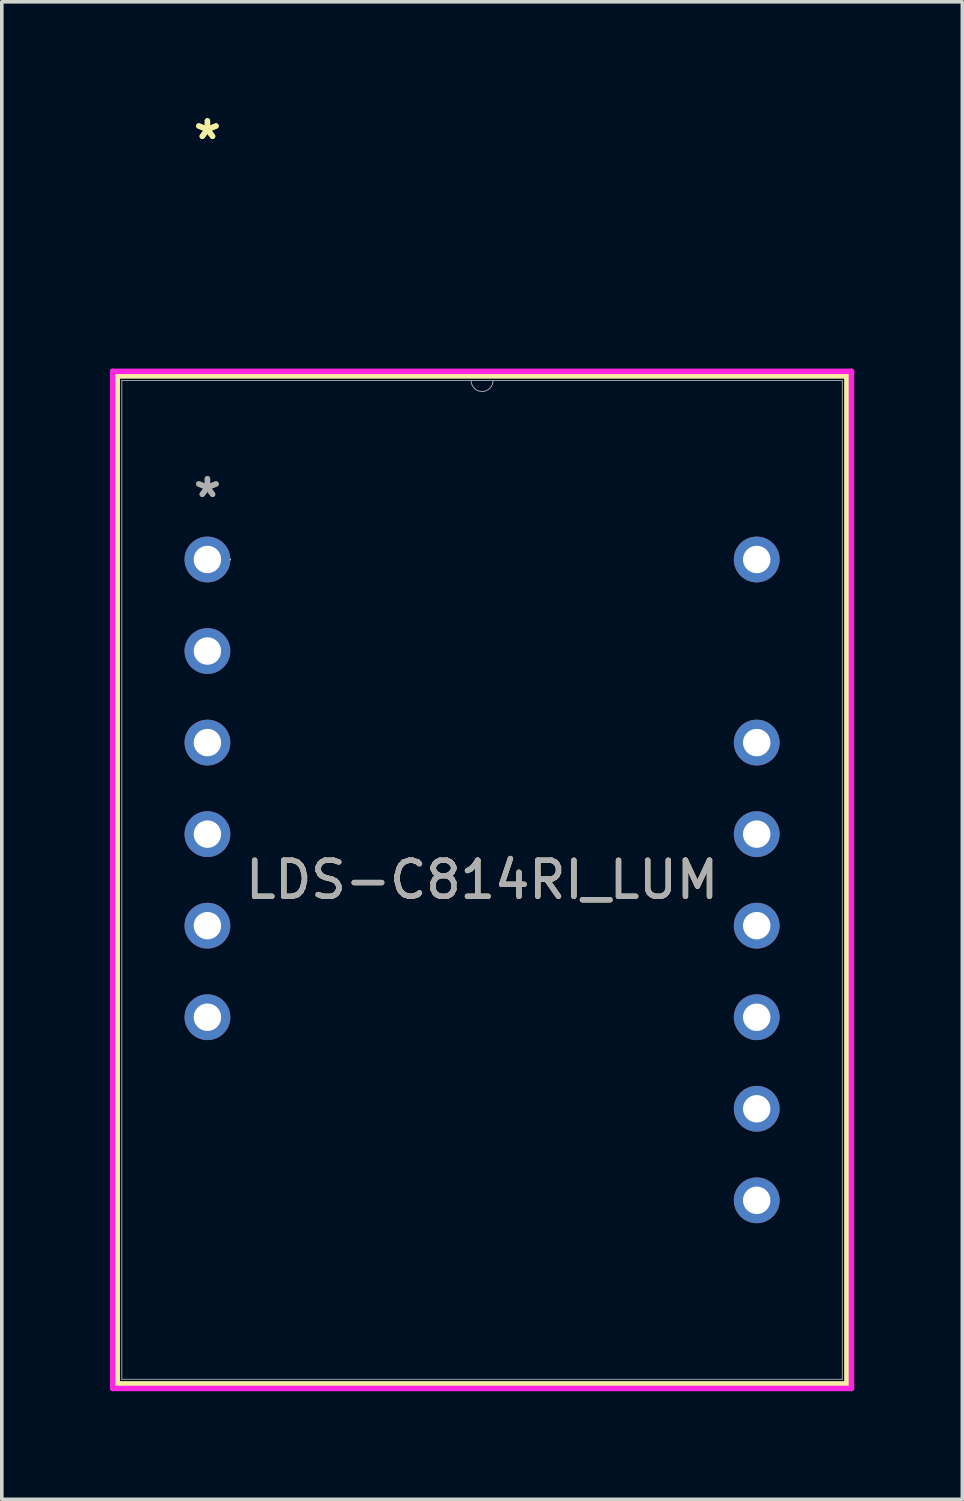
<source format=kicad_pcb>
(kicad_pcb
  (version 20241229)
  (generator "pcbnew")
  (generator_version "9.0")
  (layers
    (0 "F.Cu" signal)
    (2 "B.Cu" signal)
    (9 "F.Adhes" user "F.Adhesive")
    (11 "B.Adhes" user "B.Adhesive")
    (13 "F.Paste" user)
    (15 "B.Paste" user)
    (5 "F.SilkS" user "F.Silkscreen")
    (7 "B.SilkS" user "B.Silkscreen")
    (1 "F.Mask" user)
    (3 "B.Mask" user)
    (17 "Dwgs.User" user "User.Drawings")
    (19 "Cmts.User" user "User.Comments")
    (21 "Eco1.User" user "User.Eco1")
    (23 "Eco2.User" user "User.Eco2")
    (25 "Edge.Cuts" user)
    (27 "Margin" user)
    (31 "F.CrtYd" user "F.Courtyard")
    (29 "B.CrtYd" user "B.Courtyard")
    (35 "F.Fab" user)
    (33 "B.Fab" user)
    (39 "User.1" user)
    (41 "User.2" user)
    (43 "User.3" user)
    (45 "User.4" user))
  (footprint "LDS-C814RI_LUM"
    (layer "F.Cu")
    (at 2.705 12.473)
    (property "Reference" "LDS-C814RI_LUM" (at 7.62 8.89 0) (unlocked yes) (layer "F.SilkS") (effects (font (size 1 1) (thickness 0.15))))
    (attr through_hole)
    (fp_line (start -2.502 -5.093) (end -2.502 22.873) (stroke (width 0.152) (type solid)) (layer "F.SilkS"))
    (fp_line (start -2.502 22.873) (end 17.742 22.873) (stroke (width 0.152) (type solid)) (layer "F.SilkS"))
    (fp_line (start 17.742 -5.093) (end -2.502 -5.093) (stroke (width 0.152) (type solid)) (layer "F.SilkS"))
    (fp_line (start 17.742 22.873) (end 17.742 -5.093) (stroke (width 0.152) (type solid)) (layer "F.SilkS"))
    (fp_line (start -2.629 -5.22) (end 17.869 -5.22) (stroke (width 0.152) (type solid)) (layer "F.CrtYd"))
    (fp_line (start -2.629 23) (end -2.629 -5.22) (stroke (width 0.152) (type solid)) (layer "F.CrtYd"))
    (fp_line (start 17.869 -5.22) (end 17.869 23) (stroke (width 0.152) (type solid)) (layer "F.CrtYd"))
    (fp_line (start 17.869 23) (end -2.629 23) (stroke (width 0.152) (type solid)) (layer "F.CrtYd"))
    (fp_line (start -2.375 -4.966) (end -2.375 22.746) (stroke (width 0.025) (type solid)) (layer "F.Fab"))
    (fp_line (start -2.375 22.746) (end 17.615 22.746) (stroke (width 0.025) (type solid)) (layer "F.Fab"))
    (fp_line (start 17.615 -4.966) (end -2.375 -4.966) (stroke (width 0.025) (type solid)) (layer "F.Fab"))
    (fp_line (start 17.615 22.746) (end 17.615 -4.966) (stroke (width 0.025) (type solid)) (layer "F.Fab"))
    (fp_arc (start 7.9248 -4.9657) (mid 7.62 -4.6609) (end 7.3152 -4.9657) (stroke (width 0.0254) (type solid)) (layer "F.Fab"))
    (fp_circle (center 0.635 0) (end 0.635 0) (stroke (width 0.025) (type solid)) (fill no) (layer "F.Fab"))
    (fp_text user "*" (at 0 -11.625 0) (layer "F.SilkS") (effects (font (size 1 1) (thickness 0.15))))
    (fp_text user "*" (at 0 -11.625 0) (unlocked yes) (layer "F.SilkS") (effects (font (size 1 1) (thickness 0.15))))
    (fp_text user "*" (at 0 -1.693 0) (unlocked yes) (layer "F.Fab") (effects (font (size 1 1) (thickness 0.15))))
    (fp_text user "*" (at 0 -1.693 0) (layer "F.Fab") (effects (font (size 1 1) (thickness 0.15))))
    (fp_text user "${REFERENCE}" (at 7.62 8.89 0) (unlocked yes) (layer "F.Fab") (effects (font (size 1 1) (thickness 0.15))))
    (pad "1" thru_hole circle (at 0 0) (size 1.27 1.27) (drill 0.762) (layers "*.Cu" "*.Mask"))
    (pad "2" thru_hole circle (at 0 2.54) (size 1.27 1.27) (drill 0.762) (layers "*.Cu" "*.Mask"))
    (pad "3" thru_hole circle (at 0 5.08) (size 1.27 1.27) (drill 0.762) (layers "*.Cu" "*.Mask"))
    (pad "4" thru_hole circle (at 0 7.62) (size 1.27 1.27) (drill 0.762) (layers "*.Cu" "*.Mask"))
    (pad "5" thru_hole circle (at 0 10.16) (size 1.27 1.27) (drill 0.762) (layers "*.Cu" "*.Mask"))
    (pad "6" thru_hole circle (at 0 12.7) (size 1.27 1.27) (drill 0.762) (layers "*.Cu" "*.Mask"))
    (pad "9" thru_hole circle (at 15.24 17.78) (size 1.27 1.27) (drill 0.762) (layers "*.Cu" "*.Mask"))
    (pad "10" thru_hole circle (at 15.24 15.24) (size 1.27 1.27) (drill 0.762) (layers "*.Cu" "*.Mask"))
    (pad "11" thru_hole circle (at 15.24 12.7) (size 1.27 1.27) (drill 0.762) (layers "*.Cu" "*.Mask"))
    (pad "12" thru_hole circle (at 15.24 10.16) (size 1.27 1.27) (drill 0.762) (layers "*.Cu" "*.Mask"))
    (pad "13" thru_hole circle (at 15.24 7.62) (size 1.27 1.27) (drill 0.762) (layers "*.Cu" "*.Mask"))
    (pad "14" thru_hole circle (at 15.24 5.08) (size 1.27 1.27) (drill 0.762) (layers "*.Cu" "*.Mask"))
    (pad "16" thru_hole circle (at 15.24 0) (size 1.27 1.27) (drill 0.762) (layers "*.Cu" "*.Mask")))
  (gr_rect
    (start -3 -3)
    (end 23.65 38.549)
    (stroke (width 0.1) (type default))
    (fill no)
    (layer "Edge.Cuts")))
</source>
